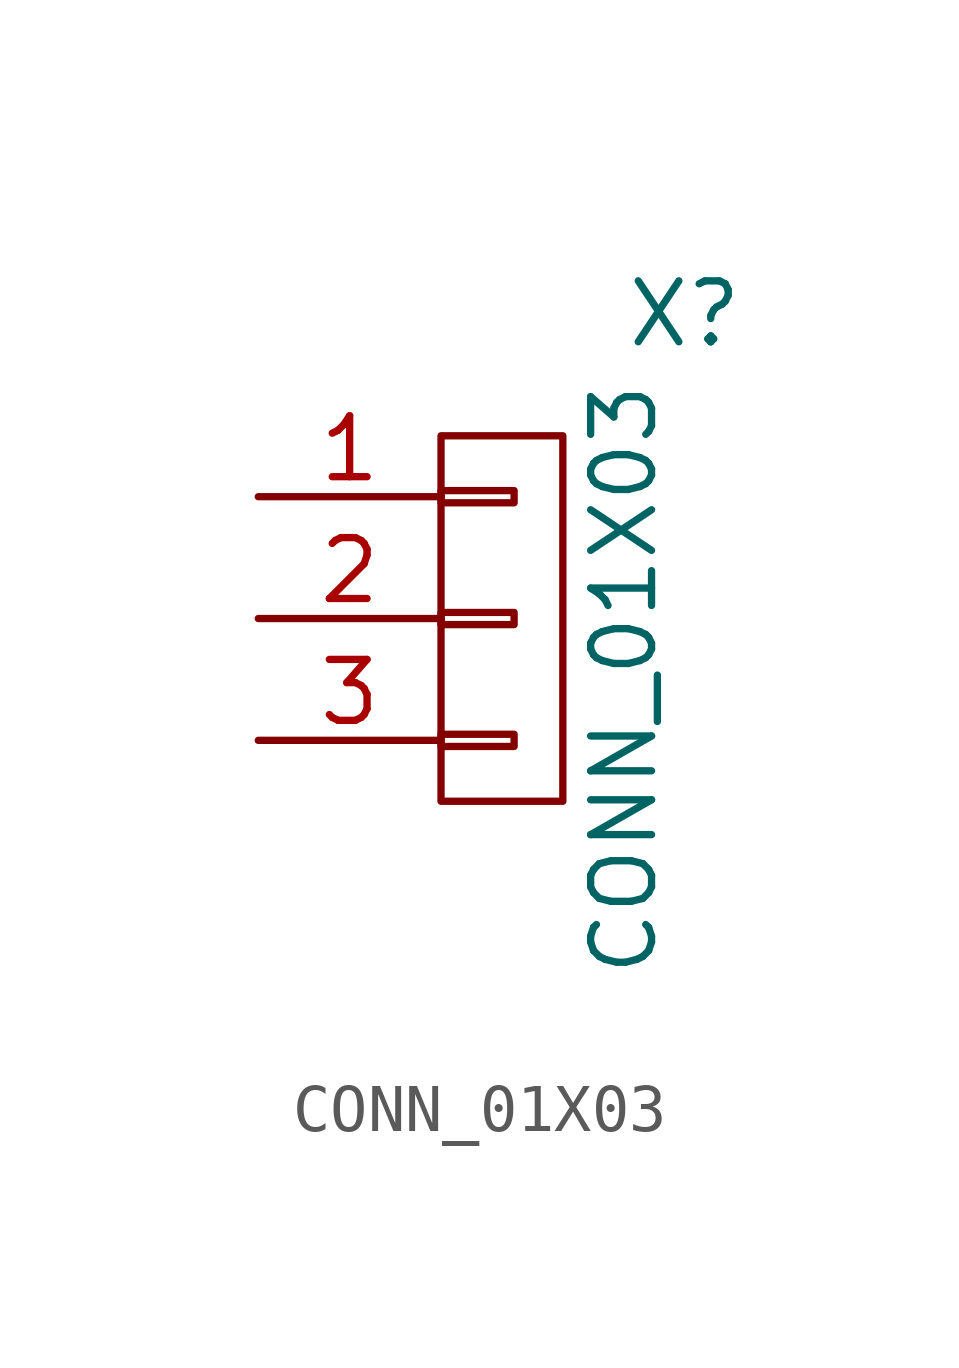
<source format=kicad_sym>
(kicad_symbol_lib
  (version 20211014)
  (generator kicad_symbol_editor)
  (symbol "CONN_01X03"
    (pin_names
      (offset 1.016) hide)
    (property "Reference" "X"
      (at 3.81 8.89 0)
      (effects (font (size 1.27 1.27))))
    (property "Value" "CONN_01X03"
      (at 2.54 1.27 90)
      (effects (font (size 1.27 1.27))))
    (property "Footprint" ""
      (at 0 -3.81 0)
      (effects (font (size 1.27 1.27))))
    (property "Datasheet" ""
      (at -3.81 -5.08 0)
      (effects (font (size 1.27 1.27))))
    (symbol "CONN_01X03_0_1"
      (rectangle (start -1.27 0.127) (end 0.254 -0.127) (stroke (width 0) (type default) (color 0 0 0 0)) (fill (type none)))
      (rectangle (start -1.27 2.667) (end 0.254 2.413) (stroke (width 0) (type default) (color 0 0 0 0)) (fill (type none)))
      (rectangle (start -1.27 5.207) (end 0.254 4.953) (stroke (width 0) (type default) (color 0 0 0 0)) (fill (type none)))
      (rectangle (start -1.27 6.35) (end 1.27 -1.27) (stroke (width 0) (type default) (color 0 0 0 0)) (fill (type none))))
    (symbol "CONN_01X03_1_1"
      (pin passive line (at -5.08 5.08 0) (length 3.81) (name "P1" (effects (font (size 1.27 1.27)))) (number "1" (effects (font (size 1.27 1.27)))))
      (pin passive line (at -5.08 2.54 0) (length 3.81) (name "P2" (effects (font (size 1.27 1.27)))) (number "2" (effects (font (size 1.27 1.27)))))
      (pin passive line (at -5.08 0 0) (length 3.81) (name "P3" (effects (font (size 1.27 1.27)))) (number "3" (effects (font (size 1.27 1.27))))))))
</source>
